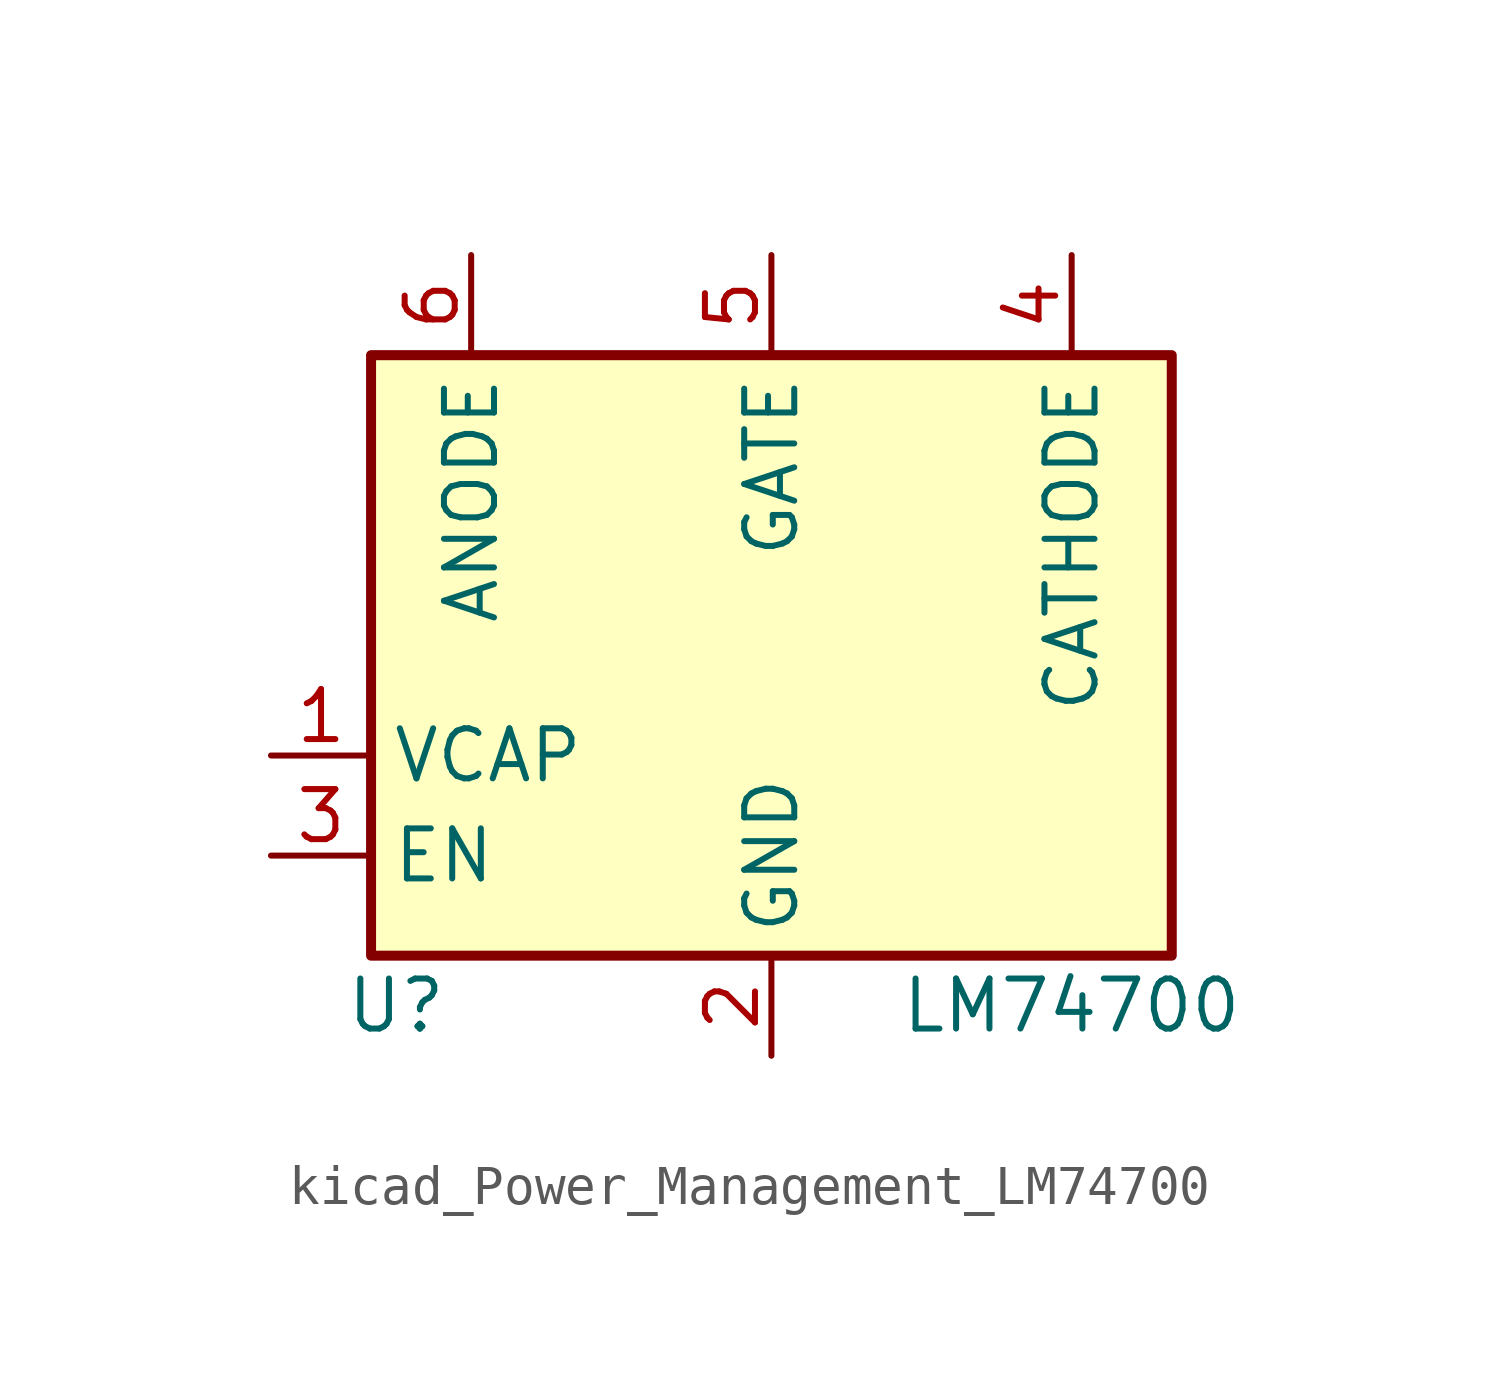
<source format=kicad_sym>
(kicad_symbol_lib
  (version 20220914)
  (generator kicad_symbol_editor)
  (symbol "kicad_Power_Management_LM74700"
    (property "Reference" "U"
      (at -9.525 -8.89 0)
      (effects (font (size 1.27 1.27))))
    (property "Value" "LM74700"
      (at 7.62 -8.89 0)
      (effects (font (size 1.27 1.27))))
    (symbol "kicad_Power_Management_LM74700_0_1"
      (rectangle (start -10.16 7.62) (end 10.16 -7.62) (stroke (width 0.254) (type default)) (fill (type background))))
    (symbol "kicad_Power_Management_LM74700_1_1"
      (pin passive line (at -12.7 -2.54 0) (length 2.54) (name "VCAP" (effects (font (size 1.27 1.27)))) (number "1" (effects (font (size 1.27 1.27)))))
      (pin power_in line (at 0 -10.16 90) (length 2.54) (name "GND" (effects (font (size 1.27 1.27)))) (number "2" (effects (font (size 1.27 1.27)))))
      (pin input line (at -12.7 -5.08 0) (length 2.54) (name "EN" (effects (font (size 1.27 1.27)))) (number "3" (effects (font (size 1.27 1.27)))))
      (pin input line (at 7.62 10.16 270) (length 2.54) (name "CATHODE" (effects (font (size 1.27 1.27)))) (number "4" (effects (font (size 1.27 1.27)))))
      (pin output line (at 0 10.16 270) (length 2.54) (name "GATE" (effects (font (size 1.27 1.27)))) (number "5" (effects (font (size 1.27 1.27)))))
      (pin power_in line (at -7.62 10.16 270) (length 2.54) (name "ANODE" (effects (font (size 1.27 1.27)))) (number "6" (effects (font (size 1.27 1.27))))))))
</source>
